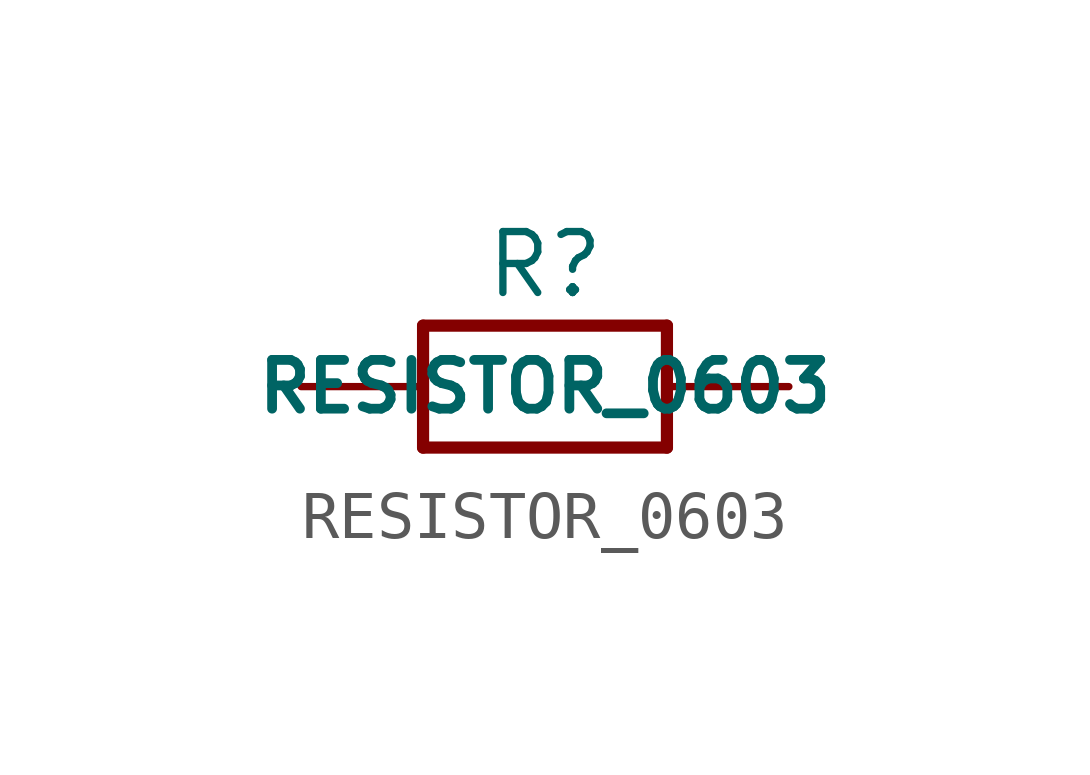
<source format=kicad_sym>
(kicad_symbol_lib
  (version 20211014)
  (generator kicad_symbol_editor)
  (symbol "RESISTOR_0603"
    (property "Reference" "R"
      (at 0 2.54 0)
      (effects (font (size 1.27 1.27))))
    (property "Value" "RESISTOR_0603"
      (at 0 0 0)
      (effects (font (size 1.016 1.016) bold)))
    (property "ki_locked" ""
      (at 0 0 0)
      (effects (font (size 1.27 1.27))))
    (symbol "RESISTOR_0603_1_0"
      (polyline (pts (xy -2.54 -1.27) (xy -2.54 1.27)) (stroke (width 0.254) (type default) (color 0 0 0 0)) (fill (type none)))
      (polyline (pts (xy -2.54 1.27) (xy 2.54 1.27)) (stroke (width 0.254) (type default) (color 0 0 0 0)) (fill (type none)))
      (polyline (pts (xy 2.54 -1.27) (xy -2.54 -1.27)) (stroke (width 0.254) (type default) (color 0 0 0 0)) (fill (type none)))
      (polyline (pts (xy 2.54 1.27) (xy 2.54 -1.27)) (stroke (width 0.254) (type default) (color 0 0 0 0)) (fill (type none)))
      (pin passive line (at -5.08 0 0) (length 2.54) (name "1" (effects (font (size 0 0)))) (number "1" (effects (font (size 0 0)))))
      (pin passive line (at 5.08 0 180) (length 2.54) (name "2" (effects (font (size 0 0)))) (number "2" (effects (font (size 0 0))))))))
</source>
